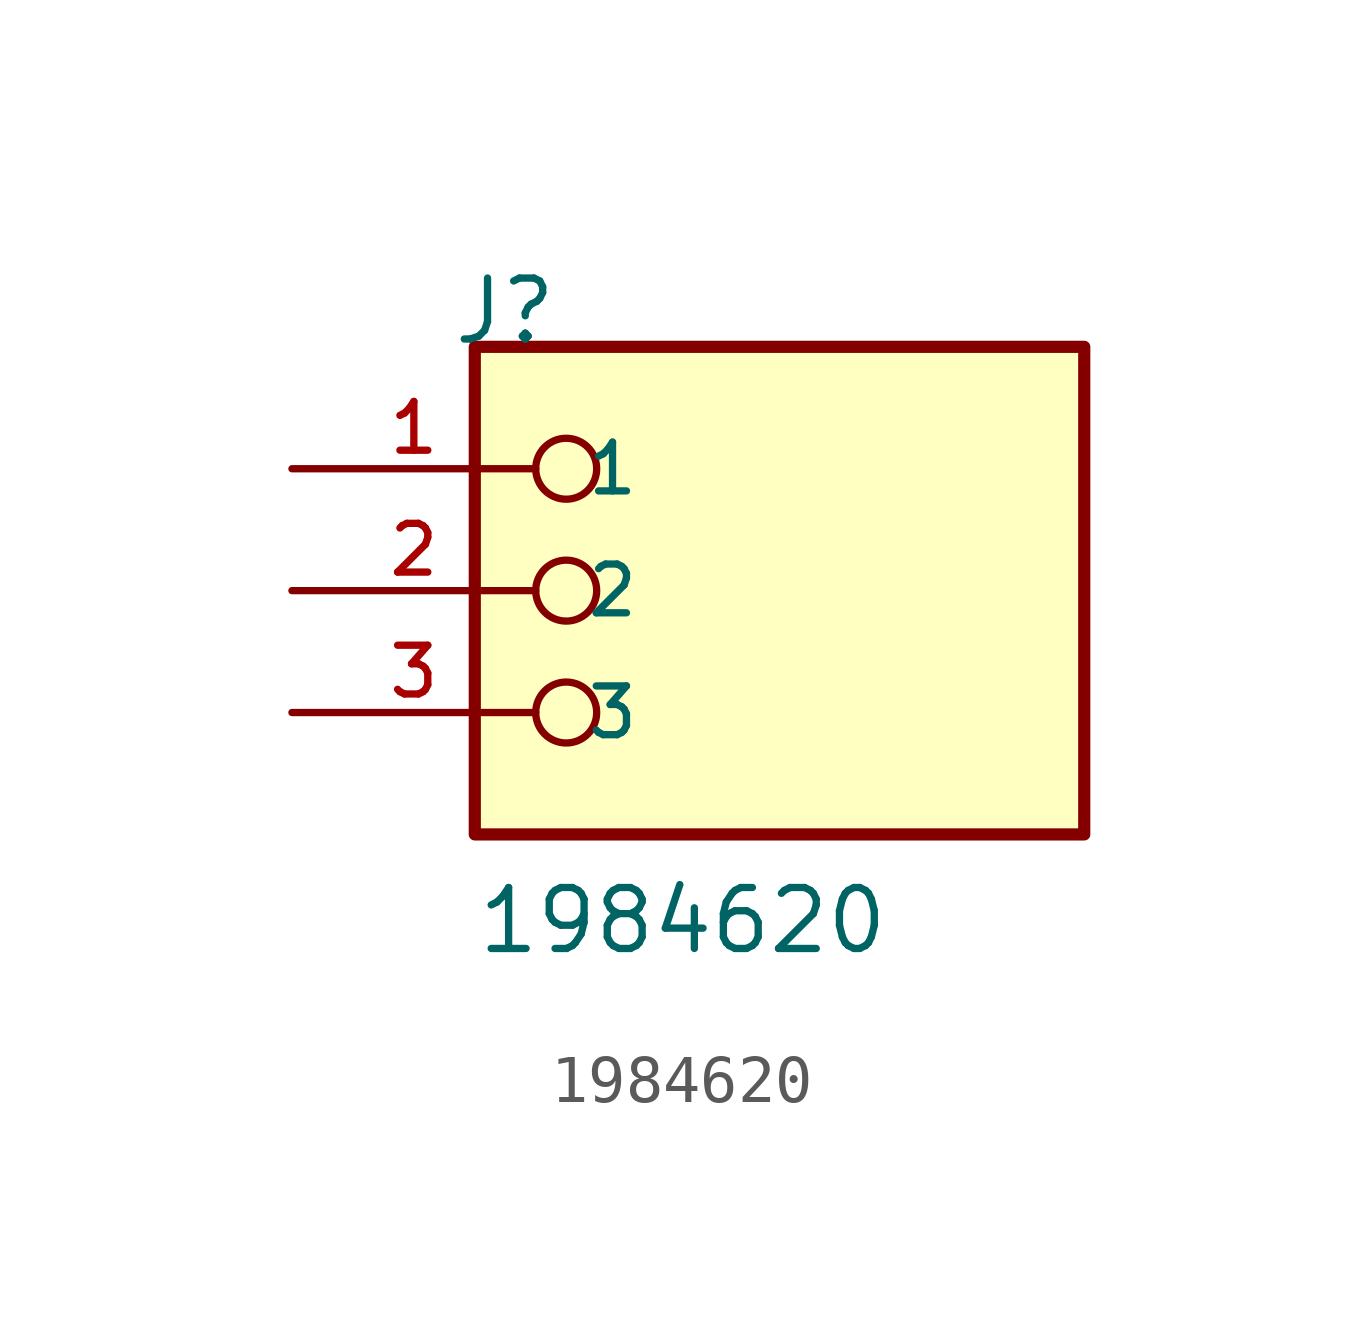
<source format=kicad_sym>
(kicad_symbol_lib
  (version 20211014)
  (generator kicad_symbol_editor)
  (symbol "1984620"
    (pin_names
      (offset 1.016))
    (property "Reference" "J"
      (at -6.85 5.08 0)
      (effects (font (size 1.27 1.27)) (justify bottom left)))
    (property "Value" "1984620"
      (at -6.35 -7.62 0)
      (effects (font (size 1.27 1.27)) (justify bottom left)))
    (symbol "1984620_0_0"
      (circle (center -4.445 2.54) (radius 0.635) (stroke (width 0.152)) (fill (type none)))
      (circle (center -4.445 0.0) (radius 0.635) (stroke (width 0.152)) (fill (type none)))
      (circle (center -4.445 -2.54) (radius 0.635) (stroke (width 0.152)) (fill (type none)))
      (rectangle (start -6.35 -5.08) (end 6.35 5.08) (stroke (width 0.254)) (fill (type background)))
      (pin passive line (at -10.16 2.54 0) (length 5.08) (name "1" (effects (font (size 1.016 1.016)))) (number "1" (effects (font (size 1.016 1.016)))))
      (pin passive line (at -10.16 0.0 0) (length 5.08) (name "2" (effects (font (size 1.016 1.016)))) (number "2" (effects (font (size 1.016 1.016)))))
      (pin passive line (at -10.16 -2.54 0) (length 5.08) (name "3" (effects (font (size 1.016 1.016)))) (number "3" (effects (font (size 1.016 1.016))))))))
</source>
